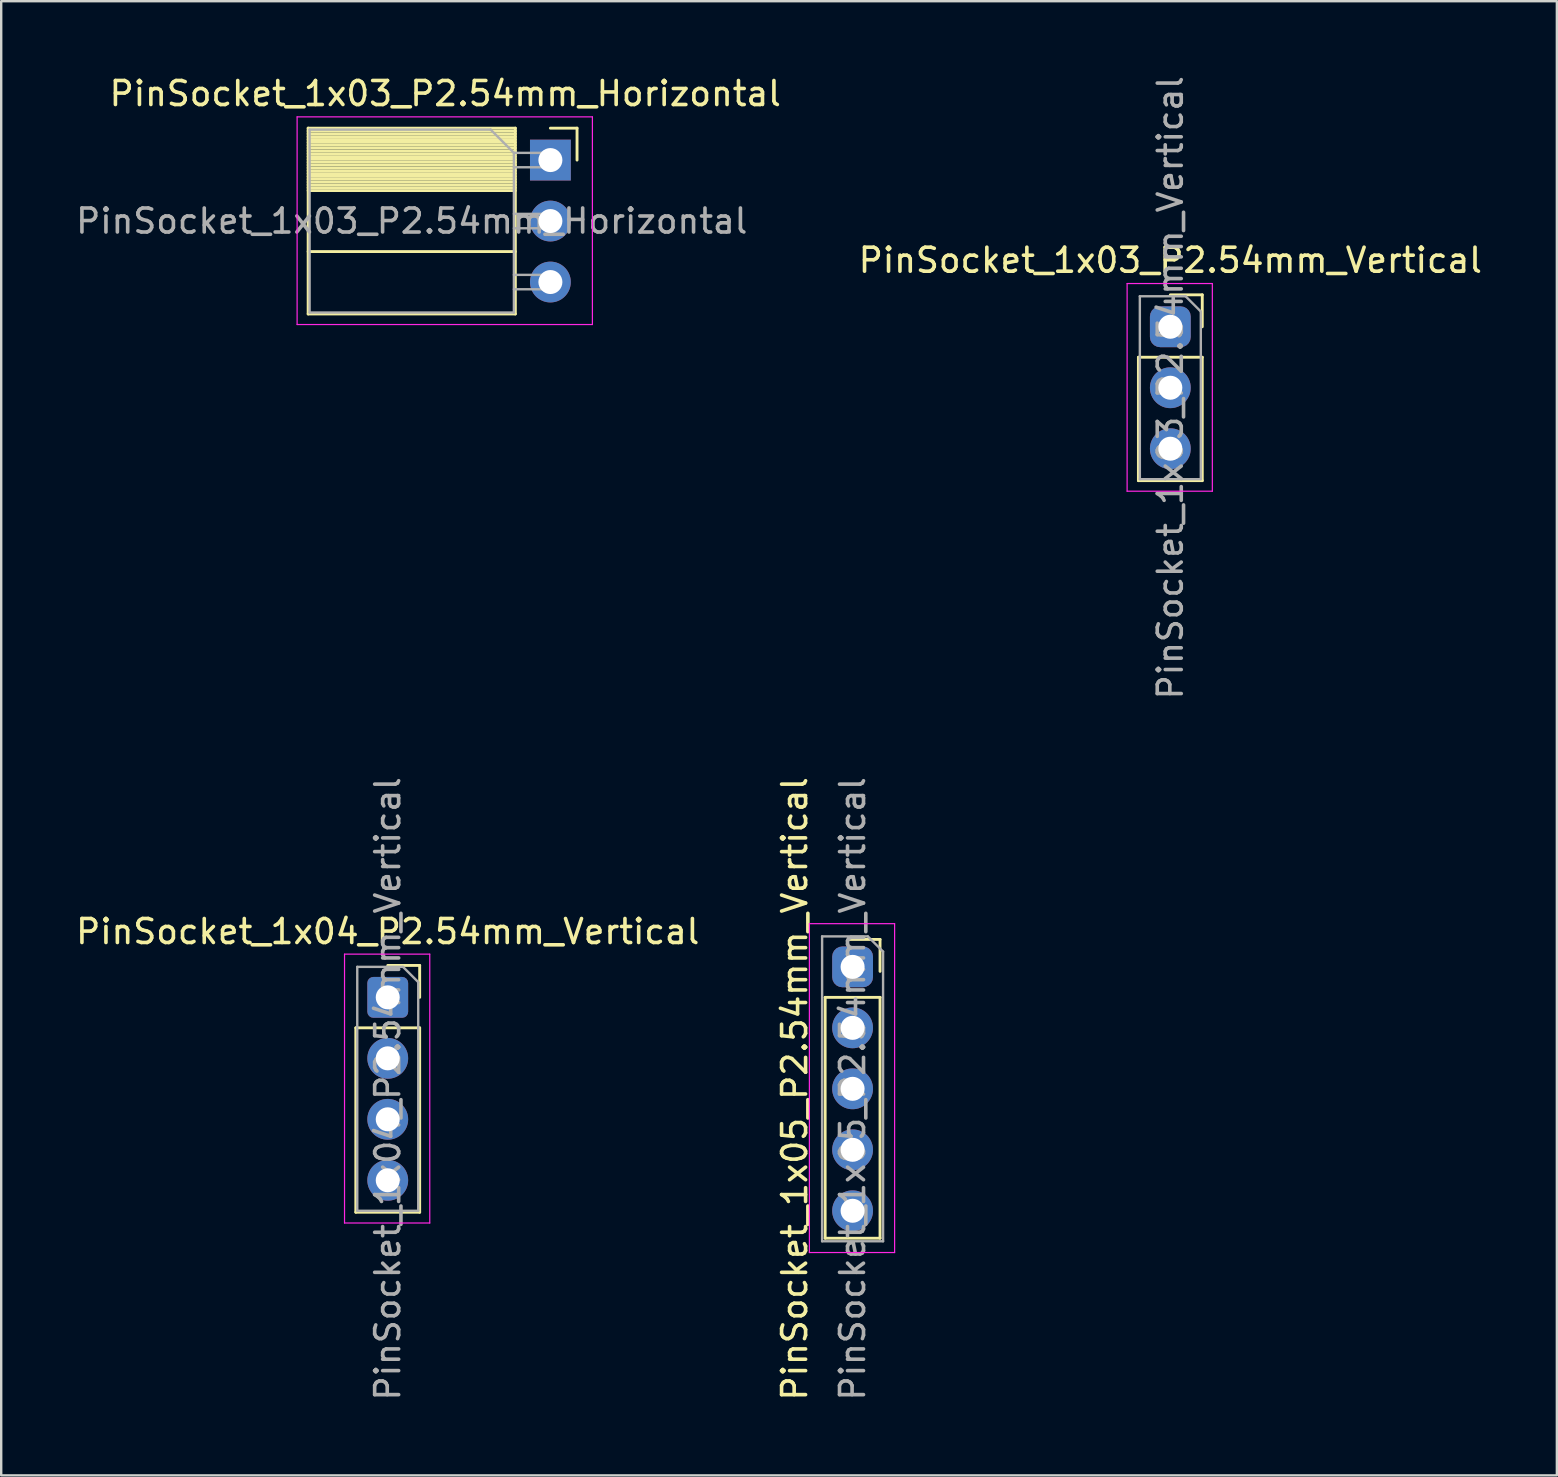
<source format=kicad_pcb>
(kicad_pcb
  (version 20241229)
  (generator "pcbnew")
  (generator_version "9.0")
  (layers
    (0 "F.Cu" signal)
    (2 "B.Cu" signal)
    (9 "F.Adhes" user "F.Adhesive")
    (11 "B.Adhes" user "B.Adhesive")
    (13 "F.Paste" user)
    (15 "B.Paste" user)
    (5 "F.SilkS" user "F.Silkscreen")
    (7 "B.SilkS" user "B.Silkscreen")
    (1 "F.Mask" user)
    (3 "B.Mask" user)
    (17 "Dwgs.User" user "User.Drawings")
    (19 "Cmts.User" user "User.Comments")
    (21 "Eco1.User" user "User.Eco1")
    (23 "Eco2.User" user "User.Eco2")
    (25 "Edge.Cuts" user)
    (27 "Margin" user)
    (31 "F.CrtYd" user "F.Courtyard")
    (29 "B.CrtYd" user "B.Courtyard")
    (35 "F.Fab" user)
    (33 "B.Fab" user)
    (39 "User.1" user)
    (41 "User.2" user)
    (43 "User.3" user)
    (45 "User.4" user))
  (footprint "PinSocket_1x04_P2.54mm_Vertical"
    (layer "F.Cu")
    (at 13.101 38.494)
    (property "Reference" "PinSocket_1x04_P2.54mm_Vertical" (at 0 -2.74 0) (unlocked yes) (layer "F.SilkS") (effects (font (size 1 1) (thickness 0.15))))
    (attr through_hole)
    (fp_line (start -1.33 8.95) (end -1.33 1.27) (stroke (width 0.12) (type solid)) (layer "F.SilkS"))
    (fp_line (start 1.33 -1.33) (end 0 -1.33) (stroke (width 0.12) (type solid)) (layer "F.SilkS"))
    (fp_line (start 1.33 0) (end 1.33 -1.33) (stroke (width 0.12) (type solid)) (layer "F.SilkS"))
    (fp_line (start 1.33 1.27) (end -1.33 1.27) (stroke (width 0.12) (type solid)) (layer "F.SilkS"))
    (fp_line (start 1.33 8.95) (end -1.33 8.95) (stroke (width 0.12) (type solid)) (layer "F.SilkS"))
    (fp_line (start 1.33 8.95) (end 1.33 1.27) (stroke (width 0.12) (type solid)) (layer "F.SilkS"))
    (fp_line (start -1.8 -1.8) (end -1.8 9.4) (stroke (width 0.05) (type solid)) (layer "F.CrtYd"))
    (fp_line (start -1.8 9.4) (end 1.75 9.4) (stroke (width 0.05) (type solid)) (layer "F.CrtYd"))
    (fp_line (start 1.75 -1.8) (end -1.8 -1.8) (stroke (width 0.05) (type solid)) (layer "F.CrtYd"))
    (fp_line (start 1.75 9.4) (end 1.75 -1.8) (stroke (width 0.05) (type solid)) (layer "F.CrtYd"))
    (fp_line (start -1.27 -1.27) (end -1.27 8.89) (stroke (width 0.1) (type solid)) (layer "F.Fab"))
    (fp_line (start -1.27 8.89) (end 1.27 8.89) (stroke (width 0.1) (type solid)) (layer "F.Fab"))
    (fp_line (start 0.635 -1.27) (end -1.27 -1.27) (stroke (width 0.1) (type solid)) (layer "F.Fab"))
    (fp_line (start 1.27 -0.635) (end 0.635 -1.27) (stroke (width 0.1) (type solid)) (layer "F.Fab"))
    (fp_line (start 1.27 8.89) (end 1.27 -0.635) (stroke (width 0.1) (type solid)) (layer "F.Fab"))
    (fp_text user "${REFERENCE}" (at 0 3.81 270) (layer "F.Fab") (effects (font (size 1 1) (thickness 0.15))))
    (pad "1" thru_hole roundrect (at 0 0 180) (size 1.7 1.7) (drill 1) (layers "*.Cu" "*.Mask") (roundrect_rratio 0.147))
    (pad "2" thru_hole oval (at 0 2.54 180) (size 1.7 1.7) (drill 1) (layers "*.Cu" "*.Mask"))
    (pad "3" thru_hole oval (at 0 5.08 180) (size 1.7 1.7) (drill 1) (layers "*.Cu" "*.Mask"))
    (pad "4" thru_hole oval (at 0 7.62 180) (size 1.7 1.7) (drill 1) (layers "*.Cu" "*.Mask")))
  (footprint "PinSocket_1x03_P2.54mm_Vertical"
    (layer "F.Cu")
    (at 45.699 10.561)
    (property "Reference" "PinSocket_1x03_P2.54mm_Vertical" (at 0 -2.77 0) (layer "F.SilkS") (effects (font (size 1 1) (thickness 0.15))))
    (attr through_hole)
    (fp_line (start -1.33 1.27) (end -1.33 6.41) (stroke (width 0.12) (type solid)) (layer "F.SilkS"))
    (fp_line (start -1.33 1.27) (end 1.33 1.27) (stroke (width 0.12) (type solid)) (layer "F.SilkS"))
    (fp_line (start -1.33 6.41) (end 1.33 6.41) (stroke (width 0.12) (type solid)) (layer "F.SilkS"))
    (fp_line (start 0 -1.33) (end 1.33 -1.33) (stroke (width 0.12) (type solid)) (layer "F.SilkS"))
    (fp_line (start 1.33 -1.33) (end 1.33 0) (stroke (width 0.12) (type solid)) (layer "F.SilkS"))
    (fp_line (start 1.33 1.27) (end 1.33 6.41) (stroke (width 0.12) (type solid)) (layer "F.SilkS"))
    (fp_line (start -1.8 -1.8) (end 1.75 -1.8) (stroke (width 0.05) (type solid)) (layer "F.CrtYd"))
    (fp_line (start -1.8 6.85) (end -1.8 -1.8) (stroke (width 0.05) (type solid)) (layer "F.CrtYd"))
    (fp_line (start 1.75 -1.8) (end 1.75 6.85) (stroke (width 0.05) (type solid)) (layer "F.CrtYd"))
    (fp_line (start 1.75 6.85) (end -1.8 6.85) (stroke (width 0.05) (type solid)) (layer "F.CrtYd"))
    (fp_line (start -1.27 -1.27) (end 0.635 -1.27) (stroke (width 0.1) (type solid)) (layer "F.Fab"))
    (fp_line (start -1.27 6.35) (end -1.27 -1.27) (stroke (width 0.1) (type solid)) (layer "F.Fab"))
    (fp_line (start 0.635 -1.27) (end 1.27 -0.635) (stroke (width 0.1) (type solid)) (layer "F.Fab"))
    (fp_line (start 1.27 -0.635) (end 1.27 6.35) (stroke (width 0.1) (type solid)) (layer "F.Fab"))
    (fp_line (start 1.27 6.35) (end -1.27 6.35) (stroke (width 0.1) (type solid)) (layer "F.Fab"))
    (fp_text user "${REFERENCE}" (at 0 2.54 90) (layer "F.Fab") (effects (font (size 1 1) (thickness 0.15))))
    (pad "1" thru_hole roundrect (at 0 0) (size 1.7 1.7) (drill 1) (layers "*.Cu" "*.Mask") (roundrect_rratio 0.25))
    (pad "2" thru_hole circle (at 0 2.54) (size 1.7 1.7) (drill 1) (layers "*.Cu" "*.Mask"))
    (pad "3" thru_hole circle (at 0 5.08) (size 1.7 1.7) (drill 1) (layers "*.Cu" "*.Mask")))
  (footprint "PinSocket_1x03_P2.54mm_Horizontal"
    (layer "F.Cu")
    (at 19.876 3.618)
    (property "Reference" "PinSocket_1x03_P2.54mm_Horizontal" (at -4.38 -2.77 0) (layer "F.SilkS") (effects (font (size 1 1) (thickness 0.15))))
    (attr through_hole)
    (fp_line (start -10.09 -1.33) (end -10.09 6.41) (stroke (width 0.12) (type solid)) (layer "F.SilkS"))
    (fp_line (start -10.09 -1.33) (end -1.46 -1.33) (stroke (width 0.12) (type solid)) (layer "F.SilkS"))
    (fp_line (start -10.09 -1.21) (end -1.46 -1.21) (stroke (width 0.12) (type solid)) (layer "F.SilkS"))
    (fp_line (start -10.09 -1.092) (end -1.46 -1.092) (stroke (width 0.12) (type solid)) (layer "F.SilkS"))
    (fp_line (start -10.09 -0.974) (end -1.46 -0.974) (stroke (width 0.12) (type solid)) (layer "F.SilkS"))
    (fp_line (start -10.09 -0.856) (end -1.46 -0.856) (stroke (width 0.12) (type solid)) (layer "F.SilkS"))
    (fp_line (start -10.09 -0.738) (end -1.46 -0.738) (stroke (width 0.12) (type solid)) (layer "F.SilkS"))
    (fp_line (start -10.09 -0.62) (end -1.46 -0.62) (stroke (width 0.12) (type solid)) (layer "F.SilkS"))
    (fp_line (start -10.09 -0.501) (end -1.46 -0.501) (stroke (width 0.12) (type solid)) (layer "F.SilkS"))
    (fp_line (start -10.09 -0.383) (end -1.46 -0.383) (stroke (width 0.12) (type solid)) (layer "F.SilkS"))
    (fp_line (start -10.09 -0.265) (end -1.46 -0.265) (stroke (width 0.12) (type solid)) (layer "F.SilkS"))
    (fp_line (start -10.09 -0.147) (end -1.46 -0.147) (stroke (width 0.12) (type solid)) (layer "F.SilkS"))
    (fp_line (start -10.09 -0.029) (end -1.46 -0.029) (stroke (width 0.12) (type solid)) (layer "F.SilkS"))
    (fp_line (start -10.09 0.089) (end -1.46 0.089) (stroke (width 0.12) (type solid)) (layer "F.SilkS"))
    (fp_line (start -10.09 0.207) (end -1.46 0.207) (stroke (width 0.12) (type solid)) (layer "F.SilkS"))
    (fp_line (start -10.09 0.325) (end -1.46 0.325) (stroke (width 0.12) (type solid)) (layer "F.SilkS"))
    (fp_line (start -10.09 0.443) (end -1.46 0.443) (stroke (width 0.12) (type solid)) (layer "F.SilkS"))
    (fp_line (start -10.09 0.561) (end -1.46 0.561) (stroke (width 0.12) (type solid)) (layer "F.SilkS"))
    (fp_line (start -10.09 0.68) (end -1.46 0.68) (stroke (width 0.12) (type solid)) (layer "F.SilkS"))
    (fp_line (start -10.09 0.798) (end -1.46 0.798) (stroke (width 0.12) (type solid)) (layer "F.SilkS"))
    (fp_line (start -10.09 0.916) (end -1.46 0.916) (stroke (width 0.12) (type solid)) (layer "F.SilkS"))
    (fp_line (start -10.09 1.034) (end -1.46 1.034) (stroke (width 0.12) (type solid)) (layer "F.SilkS"))
    (fp_line (start -10.09 1.152) (end -1.46 1.152) (stroke (width 0.12) (type solid)) (layer "F.SilkS"))
    (fp_line (start -10.09 1.27) (end -1.46 1.27) (stroke (width 0.12) (type solid)) (layer "F.SilkS"))
    (fp_line (start -10.09 3.81) (end -1.46 3.81) (stroke (width 0.12) (type solid)) (layer "F.SilkS"))
    (fp_line (start -10.09 6.41) (end -1.46 6.41) (stroke (width 0.12) (type solid)) (layer "F.SilkS"))
    (fp_line (start -1.46 -1.33) (end -1.46 6.41) (stroke (width 0.12) (type solid)) (layer "F.SilkS"))
    (fp_line (start 0 -1.33) (end 1.11 -1.33) (stroke (width 0.12) (type solid)) (layer "F.SilkS"))
    (fp_line (start 1.11 -1.33) (end 1.11 0) (stroke (width 0.12) (type solid)) (layer "F.SilkS"))
    (fp_line (start -10.55 -1.8) (end -10.55 6.85) (stroke (width 0.05) (type solid)) (layer "F.CrtYd"))
    (fp_line (start -10.55 6.85) (end 1.75 6.85) (stroke (width 0.05) (type solid)) (layer "F.CrtYd"))
    (fp_line (start 1.75 -1.8) (end -10.55 -1.8) (stroke (width 0.05) (type solid)) (layer "F.CrtYd"))
    (fp_line (start 1.75 6.85) (end 1.75 -1.8) (stroke (width 0.05) (type solid)) (layer "F.CrtYd"))
    (fp_line (start -10.03 -1.27) (end -2.49 -1.27) (stroke (width 0.1) (type solid)) (layer "F.Fab"))
    (fp_line (start -10.03 6.35) (end -10.03 -1.27) (stroke (width 0.1) (type solid)) (layer "F.Fab"))
    (fp_line (start -2.49 -1.27) (end -1.52 -0.3) (stroke (width 0.1) (type solid)) (layer "F.Fab"))
    (fp_line (start -1.52 -0.3) (end -1.52 6.35) (stroke (width 0.1) (type solid)) (layer "F.Fab"))
    (fp_line (start -1.52 0.3) (end 0 0.3) (stroke (width 0.1) (type solid)) (layer "F.Fab"))
    (fp_line (start -1.52 2.84) (end 0 2.84) (stroke (width 0.1) (type solid)) (layer "F.Fab"))
    (fp_line (start -1.52 5.38) (end 0 5.38) (stroke (width 0.1) (type solid)) (layer "F.Fab"))
    (fp_line (start -1.52 6.35) (end -10.03 6.35) (stroke (width 0.1) (type solid)) (layer "F.Fab"))
    (fp_line (start 0 -0.3) (end -1.52 -0.3) (stroke (width 0.1) (type solid)) (layer "F.Fab"))
    (fp_line (start 0 0.3) (end 0 -0.3) (stroke (width 0.1) (type solid)) (layer "F.Fab"))
    (fp_line (start 0 2.24) (end -1.52 2.24) (stroke (width 0.1) (type solid)) (layer "F.Fab"))
    (fp_line (start 0 2.84) (end 0 2.24) (stroke (width 0.1) (type solid)) (layer "F.Fab"))
    (fp_line (start 0 4.78) (end -1.52 4.78) (stroke (width 0.1) (type solid)) (layer "F.Fab"))
    (fp_line (start 0 5.38) (end 0 4.78) (stroke (width 0.1) (type solid)) (layer "F.Fab"))
    (fp_text user "${REFERENCE}" (at -5.775 2.54 0) (layer "F.Fab") (effects (font (size 1 1) (thickness 0.15))))
    (pad "1" thru_hole rect (at 0 0) (size 1.7 1.7) (drill 1) (layers "*.Cu" "*.Mask"))
    (pad "2" thru_hole circle (at 0 2.54) (size 1.7 1.7) (drill 1) (layers "*.Cu" "*.Mask"))
    (pad "3" thru_hole circle (at 0 5.08) (size 1.7 1.7) (drill 1) (layers "*.Cu" "*.Mask")))
  (footprint "PinSocket_1x05_P2.54mm_Vertical"
    (layer "F.Cu")
    (at 32.464 37.224)
    (property "Reference" "PinSocket_1x05_P2.54mm_Vertical" (at -2.413 5.08 270) (layer "F.SilkS") (effects (font (size 1 1) (thickness 0.15))))
    (attr through_hole)
    (fp_line (start -1.143 1.27) (end -1.143 11.303) (stroke (width 0.12) (type solid)) (layer "F.SilkS"))
    (fp_line (start -1.143 1.27) (end 1.143 1.27) (stroke (width 0.12) (type solid)) (layer "F.SilkS"))
    (fp_line (start -1.143 11.303) (end 1.143 11.303) (stroke (width 0.12) (type solid)) (layer "F.SilkS"))
    (fp_line (start -0.187 -1.143) (end 1.143 -1.143) (stroke (width 0.12) (type solid)) (layer "F.SilkS"))
    (fp_line (start 1.143 -1.143) (end 1.143 0.187) (stroke (width 0.12) (type solid)) (layer "F.SilkS"))
    (fp_line (start 1.143 1.27) (end 1.143 11.303) (stroke (width 0.12) (type solid)) (layer "F.SilkS"))
    (fp_line (start -1.8 -1.8) (end 1.75 -1.8) (stroke (width 0.05) (type solid)) (layer "F.CrtYd"))
    (fp_line (start -1.8 11.9) (end -1.8 -1.8) (stroke (width 0.05) (type solid)) (layer "F.CrtYd"))
    (fp_line (start 1.75 -1.8) (end 1.75 11.9) (stroke (width 0.05) (type solid)) (layer "F.CrtYd"))
    (fp_line (start 1.75 11.9) (end -1.8 11.9) (stroke (width 0.05) (type solid)) (layer "F.CrtYd"))
    (fp_line (start -1.27 -1.27) (end 0.635 -1.27) (stroke (width 0.1) (type solid)) (layer "F.Fab"))
    (fp_line (start -1.27 11.43) (end -1.27 -1.27) (stroke (width 0.1) (type solid)) (layer "F.Fab"))
    (fp_line (start 0.635 -1.27) (end 1.27 -0.635) (stroke (width 0.1) (type solid)) (layer "F.Fab"))
    (fp_line (start 1.27 -0.635) (end 1.27 11.43) (stroke (width 0.1) (type solid)) (layer "F.Fab"))
    (fp_line (start 1.27 11.43) (end -1.27 11.43) (stroke (width 0.1) (type solid)) (layer "F.Fab"))
    (fp_text user "${REFERENCE}" (at 0 5.08 90) (layer "F.Fab") (effects (font (size 1 1) (thickness 0.15))))
    (pad "1" thru_hole roundrect (at 0 0) (size 1.7 1.7) (drill 1) (layers "*.Cu" "*.Mask") (roundrect_rratio 0.25))
    (pad "2" thru_hole circle (at 0 2.54) (size 1.7 1.7) (drill 1) (layers "*.Cu" "*.Mask"))
    (pad "3" thru_hole circle (at 0 5.08) (size 1.7 1.7) (drill 1) (layers "*.Cu" "*.Mask"))
    (pad "4" thru_hole circle (at 0 7.62) (size 1.7 1.7) (drill 1) (layers "*.Cu" "*.Mask"))
    (pad "5" thru_hole circle (at 0 10.16) (size 1.7 1.7) (drill 1) (layers "*.Cu" "*.Mask")))
  (gr_rect
    (start -3 -3)
    (end 61.8 58.405)
    (stroke (width 0.1) (type default))
    (fill no)
    (layer "Edge.Cuts")))
</source>
